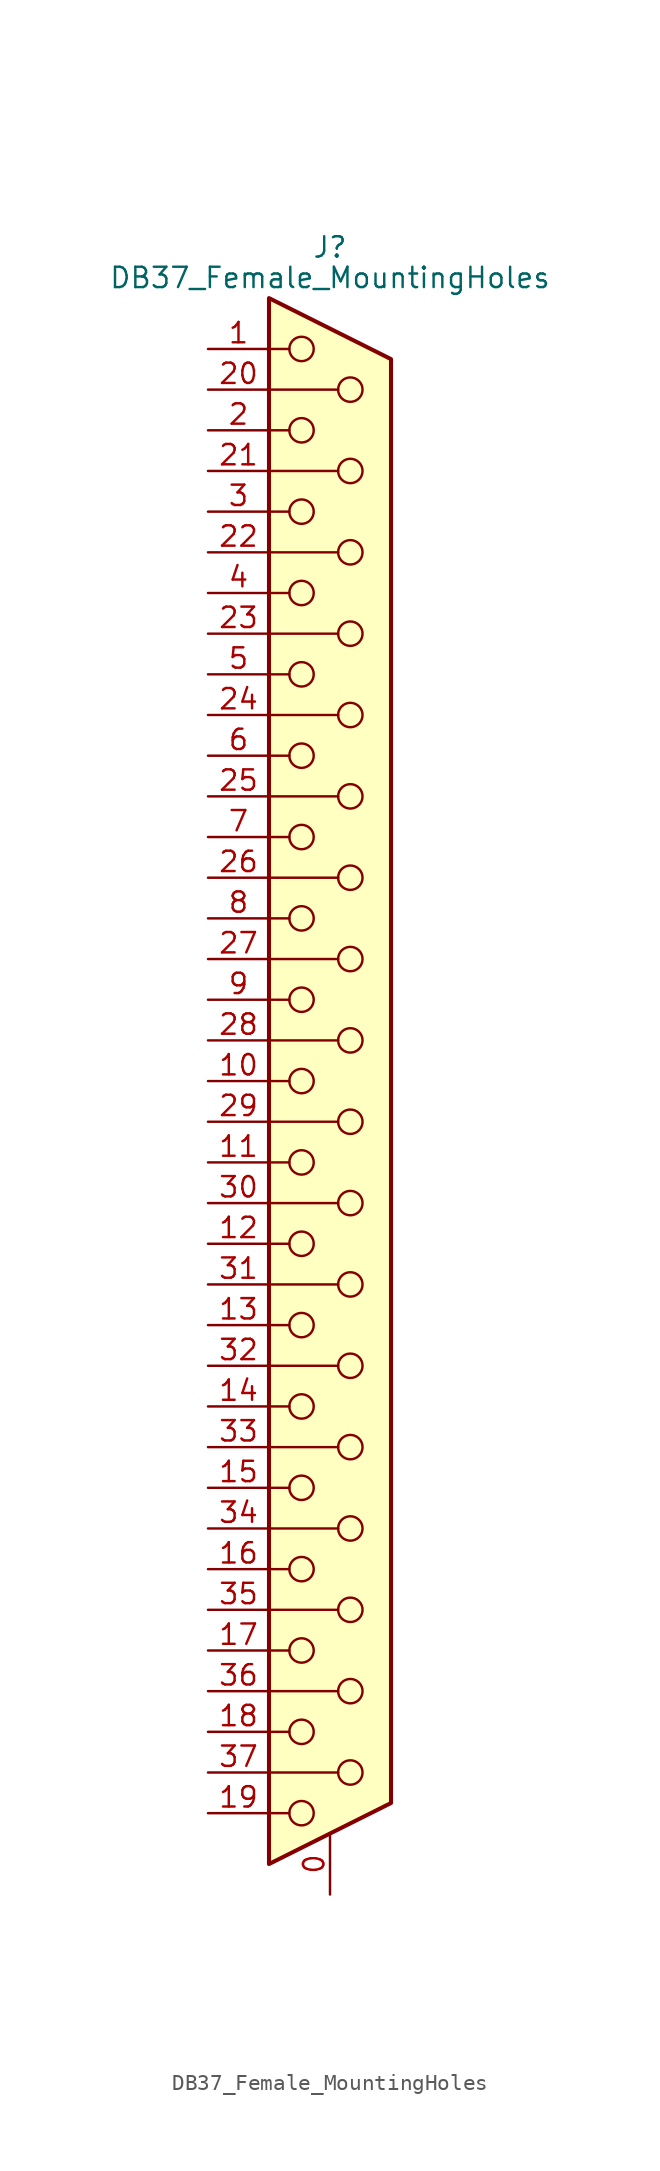
<source format=kicad_sym>
(kicad_symbol_lib
  (version 20220914)
  (generator kicad_symbol_editor)
  (symbol "DB37_Female_MountingHoles"
    (pin_names
      (offset 1.016) hide)
    (property "Reference" "J"
      (at 0 52.07 0)
      (effects (font (size 1.27 1.27))))
    (property "Value" "DB37_Female_MountingHoles"
      (at 0 50.165 0)
      (effects (font (size 1.27 1.27))))
    (symbol "DB37_Female_MountingHoles_0_1"
      (circle (center -1.778 -45.72) (radius 0.762) (stroke (width 0) (type default)) (fill (type none)))
      (circle (center -1.778 -40.64) (radius 0.762) (stroke (width 0) (type default)) (fill (type none)))
      (circle (center -1.778 -35.56) (radius 0.762) (stroke (width 0) (type default)) (fill (type none)))
      (circle (center -1.778 -30.48) (radius 0.762) (stroke (width 0) (type default)) (fill (type none)))
      (circle (center -1.778 -25.4) (radius 0.762) (stroke (width 0) (type default)) (fill (type none)))
      (circle (center -1.778 -20.32) (radius 0.762) (stroke (width 0) (type default)) (fill (type none)))
      (circle (center -1.778 -15.24) (radius 0.762) (stroke (width 0) (type default)) (fill (type none)))
      (circle (center -1.778 -10.16) (radius 0.762) (stroke (width 0) (type default)) (fill (type none)))
      (circle (center -1.778 -5.08) (radius 0.762) (stroke (width 0) (type default)) (fill (type none)))
      (circle (center -1.778 0) (radius 0.762) (stroke (width 0) (type default)) (fill (type none)))
      (circle (center -1.778 5.08) (radius 0.762) (stroke (width 0) (type default)) (fill (type none)))
      (circle (center -1.778 10.16) (radius 0.762) (stroke (width 0) (type default)) (fill (type none)))
      (circle (center -1.778 15.24) (radius 0.762) (stroke (width 0) (type default)) (fill (type none)))
      (circle (center -1.778 20.32) (radius 0.762) (stroke (width 0) (type default)) (fill (type none)))
      (circle (center -1.778 25.4) (radius 0.762) (stroke (width 0) (type default)) (fill (type none)))
      (circle (center -1.778 30.48) (radius 0.762) (stroke (width 0) (type default)) (fill (type none)))
      (circle (center -1.778 35.56) (radius 0.762) (stroke (width 0) (type default)) (fill (type none)))
      (circle (center -1.778 40.64) (radius 0.762) (stroke (width 0) (type default)) (fill (type none)))
      (circle (center -1.778 45.72) (radius 0.762) (stroke (width 0) (type default)) (fill (type none)))
      (polyline (pts (xy -3.81 -45.72) (xy -2.54 -45.72)) (stroke (width 0) (type default)) (fill (type none)))
      (polyline (pts (xy -3.81 -43.18) (xy 0.508 -43.18)) (stroke (width 0) (type default)) (fill (type none)))
      (polyline (pts (xy -3.81 -40.64) (xy -2.54 -40.64)) (stroke (width 0) (type default)) (fill (type none)))
      (polyline (pts (xy -3.81 -38.1) (xy 0.508 -38.1)) (stroke (width 0) (type default)) (fill (type none)))
      (polyline (pts (xy -3.81 -35.56) (xy -2.54 -35.56)) (stroke (width 0) (type default)) (fill (type none)))
      (polyline (pts (xy -3.81 -33.02) (xy 0.508 -33.02)) (stroke (width 0) (type default)) (fill (type none)))
      (polyline (pts (xy -3.81 -30.48) (xy -2.54 -30.48)) (stroke (width 0) (type default)) (fill (type none)))
      (polyline (pts (xy -3.81 -27.94) (xy 0.508 -27.94)) (stroke (width 0) (type default)) (fill (type none)))
      (polyline (pts (xy -3.81 -25.4) (xy -2.54 -25.4)) (stroke (width 0) (type default)) (fill (type none)))
      (polyline (pts (xy -3.81 -22.86) (xy 0.508 -22.86)) (stroke (width 0) (type default)) (fill (type none)))
      (polyline (pts (xy -3.81 -20.32) (xy -2.54 -20.32)) (stroke (width 0) (type default)) (fill (type none)))
      (polyline (pts (xy -3.81 -17.78) (xy 0.508 -17.78)) (stroke (width 0) (type default)) (fill (type none)))
      (polyline (pts (xy -3.81 -15.24) (xy -2.54 -15.24)) (stroke (width 0) (type default)) (fill (type none)))
      (polyline (pts (xy -3.81 -12.7) (xy 0.508 -12.7)) (stroke (width 0) (type default)) (fill (type none)))
      (polyline (pts (xy -3.81 -10.16) (xy -2.54 -10.16)) (stroke (width 0) (type default)) (fill (type none)))
      (polyline (pts (xy -3.81 -7.62) (xy 0.508 -7.62)) (stroke (width 0) (type default)) (fill (type none)))
      (polyline (pts (xy -3.81 -5.08) (xy -2.54 -5.08)) (stroke (width 0) (type default)) (fill (type none)))
      (polyline (pts (xy -3.81 -2.54) (xy 0.508 -2.54)) (stroke (width 0) (type default)) (fill (type none)))
      (polyline (pts (xy -3.81 0) (xy -2.54 0)) (stroke (width 0) (type default)) (fill (type none)))
      (polyline (pts (xy -3.81 2.54) (xy 0.508 2.54)) (stroke (width 0) (type default)) (fill (type none)))
      (polyline (pts (xy -3.81 5.08) (xy -2.54 5.08)) (stroke (width 0) (type default)) (fill (type none)))
      (polyline (pts (xy -3.81 7.62) (xy 0.508 7.62)) (stroke (width 0) (type default)) (fill (type none)))
      (polyline (pts (xy -3.81 10.16) (xy -2.54 10.16)) (stroke (width 0) (type default)) (fill (type none)))
      (polyline (pts (xy -3.81 12.7) (xy 0.508 12.7)) (stroke (width 0) (type default)) (fill (type none)))
      (polyline (pts (xy -3.81 15.24) (xy -2.54 15.24)) (stroke (width 0) (type default)) (fill (type none)))
      (polyline (pts (xy -3.81 17.78) (xy 0.508 17.78)) (stroke (width 0) (type default)) (fill (type none)))
      (polyline (pts (xy -3.81 20.32) (xy -2.54 20.32)) (stroke (width 0) (type default)) (fill (type none)))
      (polyline (pts (xy -3.81 22.86) (xy 0.508 22.86)) (stroke (width 0) (type default)) (fill (type none)))
      (polyline (pts (xy -3.81 25.4) (xy -2.54 25.4)) (stroke (width 0) (type default)) (fill (type none)))
      (polyline (pts (xy -3.81 27.94) (xy 0.508 27.94)) (stroke (width 0) (type default)) (fill (type none)))
      (polyline (pts (xy -3.81 30.48) (xy -2.54 30.48)) (stroke (width 0) (type default)) (fill (type none)))
      (polyline (pts (xy -3.81 33.02) (xy 0.508 33.02)) (stroke (width 0) (type default)) (fill (type none)))
      (polyline (pts (xy -3.81 35.56) (xy -2.54 35.56)) (stroke (width 0) (type default)) (fill (type none)))
      (polyline (pts (xy -3.81 38.1) (xy 0.508 38.1)) (stroke (width 0) (type default)) (fill (type none)))
      (polyline (pts (xy -3.81 40.64) (xy -2.54 40.64)) (stroke (width 0) (type default)) (fill (type none)))
      (polyline (pts (xy -3.81 43.18) (xy 0.508 43.18)) (stroke (width 0) (type default)) (fill (type none)))
      (polyline (pts (xy -3.81 45.72) (xy -2.54 45.72)) (stroke (width 0) (type default)) (fill (type none)))
      (polyline (pts (xy -3.81 -48.895) (xy 3.81 -45.085) (xy 3.81 45.085) (xy -3.81 48.895) (xy -3.81 -48.895)) (stroke (width 0.254) (type default)) (fill (type background)))
      (circle (center 1.27 -43.18) (radius 0.762) (stroke (width 0) (type default)) (fill (type none)))
      (circle (center 1.27 -38.1) (radius 0.762) (stroke (width 0) (type default)) (fill (type none)))
      (circle (center 1.27 -33.02) (radius 0.762) (stroke (width 0) (type default)) (fill (type none)))
      (circle (center 1.27 -27.94) (radius 0.762) (stroke (width 0) (type default)) (fill (type none)))
      (circle (center 1.27 -22.86) (radius 0.762) (stroke (width 0) (type default)) (fill (type none)))
      (circle (center 1.27 -17.78) (radius 0.762) (stroke (width 0) (type default)) (fill (type none)))
      (circle (center 1.27 -12.7) (radius 0.762) (stroke (width 0) (type default)) (fill (type none)))
      (circle (center 1.27 -7.62) (radius 0.762) (stroke (width 0) (type default)) (fill (type none)))
      (circle (center 1.27 -2.54) (radius 0.762) (stroke (width 0) (type default)) (fill (type none)))
      (circle (center 1.27 2.54) (radius 0.762) (stroke (width 0) (type default)) (fill (type none)))
      (circle (center 1.27 7.62) (radius 0.762) (stroke (width 0) (type default)) (fill (type none)))
      (circle (center 1.27 12.7) (radius 0.762) (stroke (width 0) (type default)) (fill (type none)))
      (circle (center 1.27 17.78) (radius 0.762) (stroke (width 0) (type default)) (fill (type none)))
      (circle (center 1.27 22.86) (radius 0.762) (stroke (width 0) (type default)) (fill (type none)))
      (circle (center 1.27 27.94) (radius 0.762) (stroke (width 0) (type default)) (fill (type none)))
      (circle (center 1.27 33.02) (radius 0.762) (stroke (width 0) (type default)) (fill (type none)))
      (circle (center 1.27 38.1) (radius 0.762) (stroke (width 0) (type default)) (fill (type none)))
      (circle (center 1.27 43.18) (radius 0.762) (stroke (width 0) (type default)) (fill (type none))))
    (symbol "DB37_Female_MountingHoles_1_1"
      (pin passive line (at 0 -50.8 90) (length 3.81) (name "PAD" (effects (font (size 1.27 1.27)))) (number "0" (effects (font (size 1.27 1.27)))))
      (pin passive line (at -7.62 45.72 0) (length 3.81) (name "1" (effects (font (size 1.27 1.27)))) (number "1" (effects (font (size 1.27 1.27)))))
      (pin passive line (at -7.62 0 0) (length 3.81) (name "10" (effects (font (size 1.27 1.27)))) (number "10" (effects (font (size 1.27 1.27)))))
      (pin passive line (at -7.62 -5.08 0) (length 3.81) (name "11" (effects (font (size 1.27 1.27)))) (number "11" (effects (font (size 1.27 1.27)))))
      (pin passive line (at -7.62 -10.16 0) (length 3.81) (name "12" (effects (font (size 1.27 1.27)))) (number "12" (effects (font (size 1.27 1.27)))))
      (pin passive line (at -7.62 -15.24 0) (length 3.81) (name "13" (effects (font (size 1.27 1.27)))) (number "13" (effects (font (size 1.27 1.27)))))
      (pin passive line (at -7.62 -20.32 0) (length 3.81) (name "14" (effects (font (size 1.27 1.27)))) (number "14" (effects (font (size 1.27 1.27)))))
      (pin passive line (at -7.62 -25.4 0) (length 3.81) (name "15" (effects (font (size 1.27 1.27)))) (number "15" (effects (font (size 1.27 1.27)))))
      (pin passive line (at -7.62 -30.48 0) (length 3.81) (name "16" (effects (font (size 1.27 1.27)))) (number "16" (effects (font (size 1.27 1.27)))))
      (pin passive line (at -7.62 -35.56 0) (length 3.81) (name "17" (effects (font (size 1.27 1.27)))) (number "17" (effects (font (size 1.27 1.27)))))
      (pin passive line (at -7.62 -40.64 0) (length 3.81) (name "18" (effects (font (size 1.27 1.27)))) (number "18" (effects (font (size 1.27 1.27)))))
      (pin passive line (at -7.62 -45.72 0) (length 3.81) (name "19" (effects (font (size 1.27 1.27)))) (number "19" (effects (font (size 1.27 1.27)))))
      (pin passive line (at -7.62 40.64 0) (length 3.81) (name "2" (effects (font (size 1.27 1.27)))) (number "2" (effects (font (size 1.27 1.27)))))
      (pin passive line (at -7.62 43.18 0) (length 3.81) (name "20" (effects (font (size 1.27 1.27)))) (number "20" (effects (font (size 1.27 1.27)))))
      (pin passive line (at -7.62 38.1 0) (length 3.81) (name "21" (effects (font (size 1.27 1.27)))) (number "21" (effects (font (size 1.27 1.27)))))
      (pin passive line (at -7.62 33.02 0) (length 3.81) (name "22" (effects (font (size 1.27 1.27)))) (number "22" (effects (font (size 1.27 1.27)))))
      (pin passive line (at -7.62 27.94 0) (length 3.81) (name "23" (effects (font (size 1.27 1.27)))) (number "23" (effects (font (size 1.27 1.27)))))
      (pin passive line (at -7.62 22.86 0) (length 3.81) (name "24" (effects (font (size 1.27 1.27)))) (number "24" (effects (font (size 1.27 1.27)))))
      (pin passive line (at -7.62 17.78 0) (length 3.81) (name "25" (effects (font (size 1.27 1.27)))) (number "25" (effects (font (size 1.27 1.27)))))
      (pin passive line (at -7.62 12.7 0) (length 3.81) (name "26" (effects (font (size 1.27 1.27)))) (number "26" (effects (font (size 1.27 1.27)))))
      (pin passive line (at -7.62 7.62 0) (length 3.81) (name "27" (effects (font (size 1.27 1.27)))) (number "27" (effects (font (size 1.27 1.27)))))
      (pin passive line (at -7.62 2.54 0) (length 3.81) (name "28" (effects (font (size 1.27 1.27)))) (number "28" (effects (font (size 1.27 1.27)))))
      (pin passive line (at -7.62 -2.54 0) (length 3.81) (name "29" (effects (font (size 1.27 1.27)))) (number "29" (effects (font (size 1.27 1.27)))))
      (pin passive line (at -7.62 35.56 0) (length 3.81) (name "3" (effects (font (size 1.27 1.27)))) (number "3" (effects (font (size 1.27 1.27)))))
      (pin passive line (at -7.62 -7.62 0) (length 3.81) (name "30" (effects (font (size 1.27 1.27)))) (number "30" (effects (font (size 1.27 1.27)))))
      (pin passive line (at -7.62 -12.7 0) (length 3.81) (name "31" (effects (font (size 1.27 1.27)))) (number "31" (effects (font (size 1.27 1.27)))))
      (pin passive line (at -7.62 -17.78 0) (length 3.81) (name "32" (effects (font (size 1.27 1.27)))) (number "32" (effects (font (size 1.27 1.27)))))
      (pin passive line (at -7.62 -22.86 0) (length 3.81) (name "33" (effects (font (size 1.27 1.27)))) (number "33" (effects (font (size 1.27 1.27)))))
      (pin passive line (at -7.62 -27.94 0) (length 3.81) (name "34" (effects (font (size 1.27 1.27)))) (number "34" (effects (font (size 1.27 1.27)))))
      (pin passive line (at -7.62 -33.02 0) (length 3.81) (name "35" (effects (font (size 1.27 1.27)))) (number "35" (effects (font (size 1.27 1.27)))))
      (pin passive line (at -7.62 -38.1 0) (length 3.81) (name "36" (effects (font (size 1.27 1.27)))) (number "36" (effects (font (size 1.27 1.27)))))
      (pin passive line (at -7.62 -43.18 0) (length 3.81) (name "37" (effects (font (size 1.27 1.27)))) (number "37" (effects (font (size 1.27 1.27)))))
      (pin passive line (at -7.62 30.48 0) (length 3.81) (name "4" (effects (font (size 1.27 1.27)))) (number "4" (effects (font (size 1.27 1.27)))))
      (pin passive line (at -7.62 25.4 0) (length 3.81) (name "5" (effects (font (size 1.27 1.27)))) (number "5" (effects (font (size 1.27 1.27)))))
      (pin passive line (at -7.62 20.32 0) (length 3.81) (name "6" (effects (font (size 1.27 1.27)))) (number "6" (effects (font (size 1.27 1.27)))))
      (pin passive line (at -7.62 15.24 0) (length 3.81) (name "7" (effects (font (size 1.27 1.27)))) (number "7" (effects (font (size 1.27 1.27)))))
      (pin passive line (at -7.62 10.16 0) (length 3.81) (name "8" (effects (font (size 1.27 1.27)))) (number "8" (effects (font (size 1.27 1.27)))))
      (pin passive line (at -7.62 5.08 0) (length 3.81) (name "9" (effects (font (size 1.27 1.27)))) (number "9" (effects (font (size 1.27 1.27))))))))
</source>
